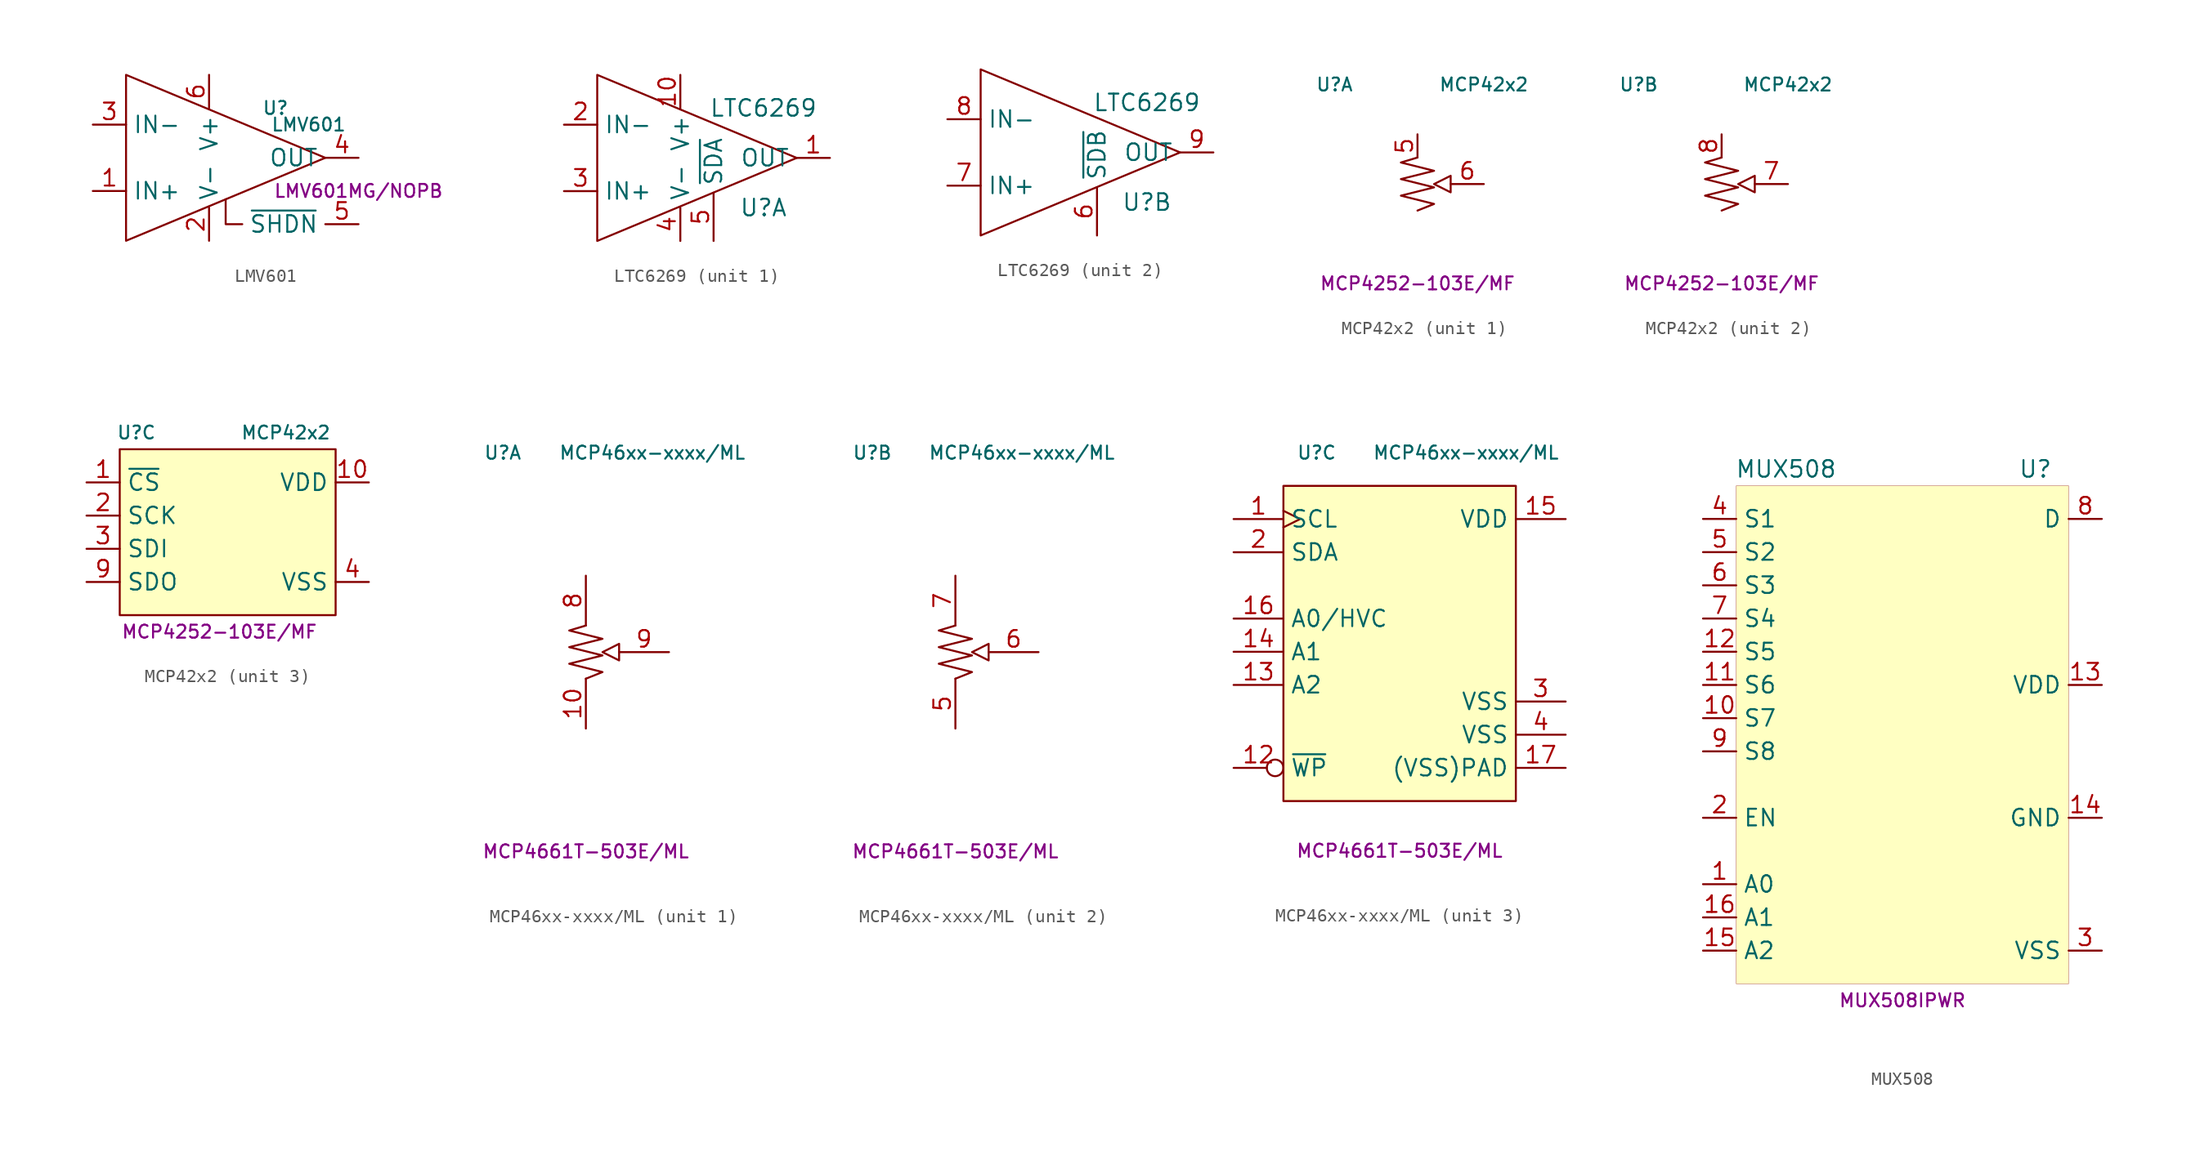
<source format=kicad_sym>
(kicad_symbol_lib
  (version 20231120)
  (generator "kicad_symbol_editor")
  (generator_version "8.0")
  (symbol "LMV601"
    (property "Reference" "U"
      (at 5.08 3.81 0)
      (effects (font (size 0.991 0.991))))
    (property "Value" "LMV601"
      (at 7.62 2.54 0)
      (effects (font (size 0.991 0.991))))
    (property "MPN" "LMV601MG/NOPB"
      (at 11.43 -2.54 0)
      (effects (font (size 0.991 0.991))))
    (symbol "LMV601_0_1"
      (polyline (pts (xy 2.54 -5.08) (xy 1.27 -5.08) (xy 1.27 -3.175)) (stroke (width 0) (type default)) (fill (type none))))
    (symbol "LMV601_1_1"
      (polyline (pts (xy -6.35 6.35) (xy -6.35 -6.35) (xy 8.89 0) (xy -6.35 6.35)) (stroke (width 0) (type default)) (fill (type none)))
      (pin passive line (at -8.89 -2.54 0) (length 2.54) (name "IN+" (effects (font (size 1.27 1.27)))) (number "1" (effects (font (size 1.27 1.27)))))
      (pin power_in line (at 0 -6.35 90) (length 2.54) (name "V-" (effects (font (size 1.27 1.27)))) (number "2" (effects (font (size 1.27 1.27)))))
      (pin passive line (at -8.89 2.54 0) (length 2.54) (name "IN-" (effects (font (size 1.27 1.27)))) (number "3" (effects (font (size 1.27 1.27)))))
      (pin output line (at 11.43 0 180) (length 2.54) (name "OUT" (effects (font (size 1.27 1.27)))) (number "4" (effects (font (size 1.27 1.27)))))
      (pin input line (at 11.43 -5.08 180) (length 2.54) (name "~{SHDN}" (effects (font (size 1.27 1.27)))) (number "5" (effects (font (size 1.27 1.27)))))
      (pin power_in line (at 0 6.35 270) (length 2.54) (name "V+" (effects (font (size 1.27 1.27)))) (number "6" (effects (font (size 1.27 1.27)))))))
  (symbol "LTC6269"
    (property "Reference" "U"
      (at 6.35 -3.81 0)
      (effects (font (size 1.27 1.27))))
    (property "Value" "LTC6269"
      (at 6.35 3.81 0)
      (effects (font (size 1.27 1.27))))
    (property "ki_locked" ""
      (at 0 0 0)
      (effects (font (size 1.27 1.27))))
    (symbol "LTC6269_1_1"
      (polyline (pts (xy -6.35 6.35) (xy -6.35 -6.35) (xy 8.89 0) (xy -6.35 6.35)) (stroke (width 0) (type default)) (fill (type none)))
      (pin output line (at 11.43 0 180) (length 2.54) (name "OUT" (effects (font (size 1.27 1.27)))) (number "1" (effects (font (size 1.27 1.27)))))
      (pin power_in line (at 0 6.35 270) (length 2.54) (name "V+" (effects (font (size 1.27 1.27)))) (number "10" (effects (font (size 1.27 1.27)))))
      (pin passive line (at -8.89 2.54 0) (length 2.54) (name "IN-" (effects (font (size 1.27 1.27)))) (number "2" (effects (font (size 1.27 1.27)))))
      (pin passive line (at -8.89 -2.54 0) (length 2.54) (name "IN+" (effects (font (size 1.27 1.27)))) (number "3" (effects (font (size 1.27 1.27)))))
      (pin power_in line (at 0 -6.35 90) (length 2.54) (name "V-" (effects (font (size 1.27 1.27)))) (number "4" (effects (font (size 1.27 1.27)))))
      (pin input line (at 2.54 -6.35 90) (length 3.683) (name "~{SDA}" (effects (font (size 1.27 1.27)))) (number "5" (effects (font (size 1.27 1.27))))))
    (symbol "LTC6269_2_1"
      (polyline (pts (xy -6.35 6.35) (xy -6.35 -6.35) (xy 8.89 0) (xy -6.35 6.35)) (stroke (width 0) (type default)) (fill (type none)))
      (pin input line (at 2.54 -6.35 90) (length 3.683) (name "~{SDB}" (effects (font (size 1.27 1.27)))) (number "6" (effects (font (size 1.27 1.27)))))
      (pin passive line (at -8.89 -2.54 0) (length 2.54) (name "IN+" (effects (font (size 1.27 1.27)))) (number "7" (effects (font (size 1.27 1.27)))))
      (pin passive line (at -8.89 2.54 0) (length 2.54) (name "IN-" (effects (font (size 1.27 1.27)))) (number "8" (effects (font (size 1.27 1.27)))))
      (pin output line (at 11.43 0 180) (length 2.54) (name "OUT" (effects (font (size 1.27 1.27)))) (number "9" (effects (font (size 1.27 1.27)))))))
  (symbol "MCP42x2"
    (property "Reference" "U"
      (at -6.35 7.62 0)
      (effects (font (size 0.991 0.991))))
    (property "Value" "MCP42x2"
      (at 5.08 7.62 0)
      (effects (font (size 0.991 0.991))))
    (property "MPN" "MCP4252-103E/MF"
      (at 0 -7.62 0)
      (effects (font (size 0.991 0.991))))
    (property "ki_locked" ""
      (at 0 0 0)
      (effects (font (size 1.27 1.27))))
    (symbol "MCP42x2_1_1"
      (polyline (pts (xy 2.54 0.635) (xy 2.54 -0.635) (xy 1.27 0) (xy 2.54 0.635)) (stroke (width 0) (type default)) (fill (type none)))
      (polyline (pts (xy 0 2.032) (xy -1.27 1.651) (xy 1.27 1.016) (xy -1.27 0.381) (xy 1.27 -0.254) (xy -1.27 -0.889) (xy 1.27 -1.524) (xy 0 -2.032)) (stroke (width 0) (type default)) (fill (type none)))
      (pin passive line (at 0 3.81 270) (length 1.778) (name "~" (effects (font (size 1.27 1.27)))) (number "5" (effects (font (size 1.27 1.27)))))
      (pin passive line (at 5.08 0 180) (length 2.54) (name "~" (effects (font (size 1.27 1.27)))) (number "6" (effects (font (size 1.27 1.27))))))
    (symbol "MCP42x2_2_1"
      (polyline (pts (xy 2.54 0.635) (xy 2.54 -0.635) (xy 1.27 0) (xy 2.54 0.635)) (stroke (width 0) (type default)) (fill (type none)))
      (polyline (pts (xy 0 2.032) (xy -1.27 1.651) (xy 1.27 1.016) (xy -1.27 0.381) (xy 1.27 -0.254) (xy -1.27 -0.889) (xy 1.27 -1.524) (xy 0 -2.032)) (stroke (width 0) (type default)) (fill (type none)))
      (pin passive line (at 5.08 0 180) (length 2.54) (name "~" (effects (font (size 1.27 1.27)))) (number "7" (effects (font (size 1.27 1.27)))))
      (pin passive line (at 0 3.81 270) (length 1.778) (name "~" (effects (font (size 1.27 1.27)))) (number "8" (effects (font (size 1.27 1.27))))))
    (symbol "MCP42x2_3_1"
      (rectangle (start -7.62 6.35) (end 8.89 -6.35) (stroke (width 0) (type default)) (fill (type background)))
      (pin input line (at -10.16 3.81 0) (length 2.54) (name "~{CS}" (effects (font (size 1.27 1.27)))) (number "1" (effects (font (size 1.27 1.27)))))
      (pin power_in line (at 11.43 3.81 180) (length 2.54) (name "VDD" (effects (font (size 1.27 1.27)))) (number "10" (effects (font (size 1.27 1.27)))))
      (pin input line (at -10.16 1.27 0) (length 2.54) (name "SCK" (effects (font (size 1.27 1.27)))) (number "2" (effects (font (size 1.27 1.27)))))
      (pin input line (at -10.16 -1.27 0) (length 2.54) (name "SDI" (effects (font (size 1.27 1.27)))) (number "3" (effects (font (size 1.27 1.27)))))
      (pin power_in line (at 11.43 -3.81 180) (length 2.54) (name "VSS" (effects (font (size 1.27 1.27)))) (number "4" (effects (font (size 1.27 1.27)))))
      (pin output line (at -10.16 -3.81 0) (length 2.54) (name "SDO" (effects (font (size 1.27 1.27)))) (number "9" (effects (font (size 1.27 1.27)))))))
  (symbol "MCP46xx-xxxx/ML"
    (property "Reference" "U"
      (at -6.35 15.24 0)
      (effects (font (size 1 1))))
    (property "Value" "MCP46xx-xxxx/ML"
      (at 5.08 15.24 0)
      (effects (font (size 1 1))))
    (property "MPN" "MCP4661T-503E/ML"
      (at 0 -15.24 0)
      (effects (font (size 1 1))))
    (property "ki_locked" ""
      (at 0 0 0)
      (effects (font (size 1.27 1.27))))
    (symbol "MCP46xx-xxxx/ML_1_1"
      (polyline (pts (xy 2.54 0.635) (xy 2.54 -0.635) (xy 1.27 0) (xy 2.54 0.635)) (stroke (width 0) (type default)) (fill (type none)))
      (polyline (pts (xy 0 2.032) (xy -1.27 1.651) (xy 1.27 1.016) (xy -1.27 0.381) (xy 1.27 -0.254) (xy -1.27 -0.889) (xy 1.27 -1.524) (xy 0 -2.032)) (stroke (width 0) (type default)) (fill (type none)))
      (pin passive line (at 0 -5.842 90) (length 3.81) (name "~" (effects (font (size 1.27 1.27)))) (number "10" (effects (font (size 1.27 1.27)))))
      (pin passive line (at 0 5.842 270) (length 3.81) (name "~" (effects (font (size 1.27 1.27)))) (number "8" (effects (font (size 1.27 1.27)))))
      (pin passive line (at 6.35 0 180) (length 3.81) (name "~" (effects (font (size 1.27 1.27)))) (number "9" (effects (font (size 1.27 1.27))))))
    (symbol "MCP46xx-xxxx/ML_2_1"
      (polyline (pts (xy 2.54 0.635) (xy 2.54 -0.635) (xy 1.27 0) (xy 2.54 0.635)) (stroke (width 0) (type default)) (fill (type none)))
      (polyline (pts (xy 0 2.032) (xy -1.27 1.651) (xy 1.27 1.016) (xy -1.27 0.381) (xy 1.27 -0.254) (xy -1.27 -0.889) (xy 1.27 -1.524) (xy 0 -2.032)) (stroke (width 0) (type default)) (fill (type none)))
      (pin passive line (at 0 -5.842 90) (length 3.81) (name "~" (effects (font (size 1.27 1.27)))) (number "5" (effects (font (size 1.27 1.27)))))
      (pin passive line (at 6.35 0 180) (length 3.81) (name "~" (effects (font (size 1.27 1.27)))) (number "6" (effects (font (size 1.27 1.27)))))
      (pin passive line (at 0 5.842 270) (length 3.81) (name "~" (effects (font (size 1.27 1.27)))) (number "7" (effects (font (size 1.27 1.27))))))
    (symbol "MCP46xx-xxxx/ML_3_1"
      (rectangle (start -8.89 12.7) (end 8.89 -11.43) (stroke (width 0) (type default)) (fill (type background)))
      (pin input clock (at -12.7 10.16 0) (length 3.81) (name "SCL" (effects (font (size 1.27 1.27)))) (number "1" (effects (font (size 1.27 1.27)))))
      (pin no_connect line (at 12.7 1.27 180) (length 3.81) hide (name "" (effects (font (size 1.27 1.27)))) (number "11" (effects (font (size 1.27 1.27)))))
      (pin no_connect line (at 12.7 3.81 180) (length 3.81) hide (name "" (effects (font (size 1.27 1.27)))) (number "12" (effects (font (size 1.27 1.27)))))
      (pin input inverted (at -12.7 -8.89 0) (length 3.81) (name "~{WP}" (effects (font (size 1.27 1.27)))) (number "12" (effects (font (size 1.27 1.27)))))
      (pin input line (at -12.7 -2.54 0) (length 3.81) (name "A2" (effects (font (size 1.27 1.27)))) (number "13" (effects (font (size 1.27 1.27)))))
      (pin input line (at -12.7 0 0) (length 3.81) (name "A1" (effects (font (size 1.27 1.27)))) (number "14" (effects (font (size 1.27 1.27)))))
      (pin power_in line (at 12.7 10.16 180) (length 3.81) (name "VDD" (effects (font (size 1.27 1.27)))) (number "15" (effects (font (size 1.27 1.27)))))
      (pin input line (at -12.7 2.54 0) (length 3.81) (name "A0/HVC" (effects (font (size 1.27 1.27)))) (number "16" (effects (font (size 1.27 1.27)))))
      (pin passive line (at 12.7 -8.89 180) (length 3.81) (name "(VSS)PAD" (effects (font (size 1.27 1.27)))) (number "17" (effects (font (size 1.27 1.27)))))
      (pin input line (at -12.7 7.62 0) (length 3.81) (name "SDA" (effects (font (size 1.27 1.27)))) (number "2" (effects (font (size 1.27 1.27)))))
      (pin power_in line (at 12.7 -3.81 180) (length 3.81) (name "VSS" (effects (font (size 1.27 1.27)))) (number "3" (effects (font (size 1.27 1.27)))))
      (pin power_in line (at 12.7 -6.35 180) (length 3.81) (name "VSS" (effects (font (size 1.27 1.27)))) (number "4" (effects (font (size 1.27 1.27)))))))
  (symbol "MUX508"
    (property "Reference" "U"
      (at 10.16 19.05 0)
      (effects (font (size 1.27 1.27))))
    (property "Value" "MUX508"
      (at -8.89 19.05 0)
      (effects (font (size 1.27 1.27))))
    (property "MPN" "MUX508IPWR"
      (at 0 -21.59 0)
      (effects (font (size 1 1))))
    (symbol "MUX508_0_1"
      (rectangle (start -12.7 17.78) (end 12.7 -20.32) (stroke (width 0.001) (type default)) (fill (type background))))
    (symbol "MUX508_1_1"
      (pin input line (at -15.24 -12.7 0) (length 2.54) (name "A0" (effects (font (size 1.27 1.27)))) (number "1" (effects (font (size 1.27 1.27)))))
      (pin bidirectional line (at -15.24 0 0) (length 2.54) (name "S7" (effects (font (size 1.27 1.27)))) (number "10" (effects (font (size 1.27 1.27)))))
      (pin bidirectional line (at -15.24 2.54 0) (length 2.54) (name "S6" (effects (font (size 1.27 1.27)))) (number "11" (effects (font (size 1.27 1.27)))))
      (pin bidirectional line (at -15.24 5.08 0) (length 2.54) (name "S5" (effects (font (size 1.27 1.27)))) (number "12" (effects (font (size 1.27 1.27)))))
      (pin power_in line (at 15.24 2.54 180) (length 2.54) (name "VDD" (effects (font (size 1.27 1.27)))) (number "13" (effects (font (size 1.27 1.27)))))
      (pin power_in line (at 15.24 -7.62 180) (length 2.54) (name "GND" (effects (font (size 1.27 1.27)))) (number "14" (effects (font (size 1.27 1.27)))))
      (pin input line (at -15.24 -17.78 0) (length 2.54) (name "A2" (effects (font (size 1.27 1.27)))) (number "15" (effects (font (size 1.27 1.27)))))
      (pin input line (at -15.24 -15.24 0) (length 2.54) (name "A1" (effects (font (size 1.27 1.27)))) (number "16" (effects (font (size 1.27 1.27)))))
      (pin input line (at -15.24 -7.62 0) (length 2.54) (name "EN" (effects (font (size 1.27 1.27)))) (number "2" (effects (font (size 1.27 1.27)))))
      (pin power_in line (at 15.24 -17.78 180) (length 2.54) (name "VSS" (effects (font (size 1.27 1.27)))) (number "3" (effects (font (size 1.27 1.27)))))
      (pin bidirectional line (at -15.24 15.24 0) (length 2.54) (name "S1" (effects (font (size 1.27 1.27)))) (number "4" (effects (font (size 1.27 1.27)))))
      (pin bidirectional line (at -15.24 12.7 0) (length 2.54) (name "S2" (effects (font (size 1.27 1.27)))) (number "5" (effects (font (size 1.27 1.27)))))
      (pin bidirectional line (at -15.24 10.16 0) (length 2.54) (name "S3" (effects (font (size 1.27 1.27)))) (number "6" (effects (font (size 1.27 1.27)))))
      (pin bidirectional line (at -15.24 7.62 0) (length 2.54) (name "S4" (effects (font (size 1.27 1.27)))) (number "7" (effects (font (size 1.27 1.27)))))
      (pin bidirectional line (at 15.24 15.24 180) (length 2.54) (name "D" (effects (font (size 1.27 1.27)))) (number "8" (effects (font (size 1.27 1.27)))))
      (pin bidirectional line (at -15.24 -2.54 0) (length 2.54) (name "S8" (effects (font (size 1.27 1.27)))) (number "9" (effects (font (size 1.27 1.27))))))))
</source>
